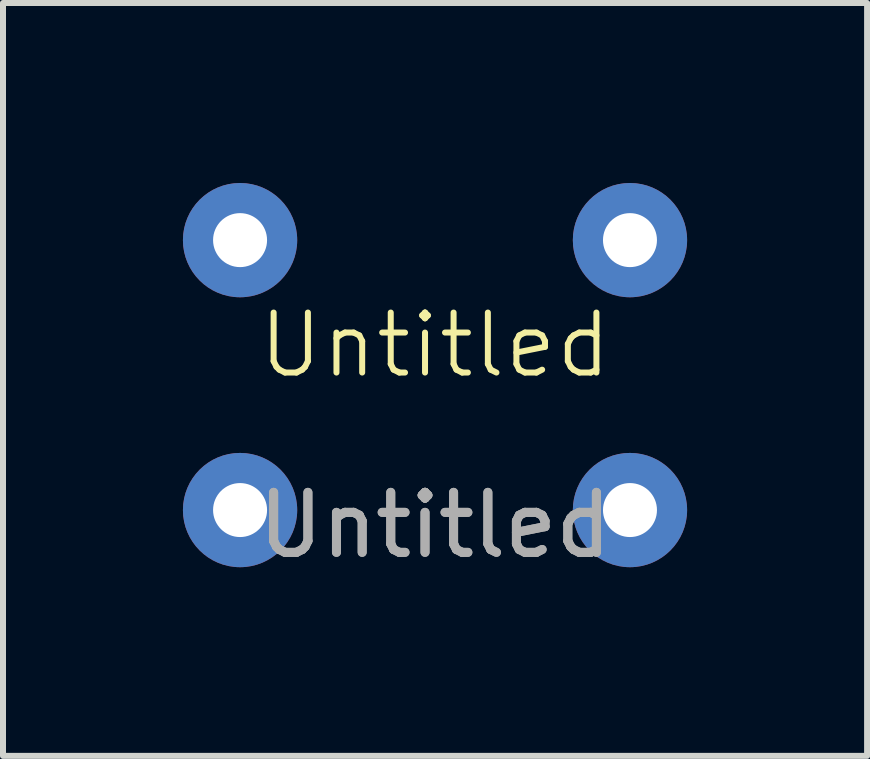
<source format=kicad_pcb>
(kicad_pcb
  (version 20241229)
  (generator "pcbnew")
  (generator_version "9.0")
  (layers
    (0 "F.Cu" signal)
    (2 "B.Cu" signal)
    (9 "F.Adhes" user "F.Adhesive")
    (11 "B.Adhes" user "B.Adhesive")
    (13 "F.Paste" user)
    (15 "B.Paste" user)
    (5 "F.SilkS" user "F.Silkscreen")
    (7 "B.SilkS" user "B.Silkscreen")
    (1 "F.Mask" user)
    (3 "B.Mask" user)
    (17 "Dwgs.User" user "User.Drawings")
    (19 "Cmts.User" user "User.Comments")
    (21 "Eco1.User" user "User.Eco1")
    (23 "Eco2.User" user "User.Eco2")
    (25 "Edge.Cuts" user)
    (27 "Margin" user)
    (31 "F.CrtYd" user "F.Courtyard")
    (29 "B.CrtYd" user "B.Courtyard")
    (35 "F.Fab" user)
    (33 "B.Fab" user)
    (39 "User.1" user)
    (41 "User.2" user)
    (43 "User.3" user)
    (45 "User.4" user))
  (footprint "Untitled"
    (layer "F.Cu")
    (at 4.202 3.203)
    (property "Reference" "Untitled" (at 0 -0.5 0) (unlocked yes) (layer "F.SilkS") (effects (font (size 1 1) (thickness 0.1))))
    (attr smd)
    (fp_text user "${REFERENCE}" (at 0 2.5 0) (unlocked yes) (layer "F.Fab") (effects (font (size 1 1) (thickness 0.15))))
    (fp_text user "${REFERENCE}" (at 0 2.5 0) (unlocked yes) (layer "F.Fab") (effects (font (size 1 1) (thickness 0.15))))
    (pad "1" thru_hole circle (at -3.25 -2.25) (size 1.905 1.905) (drill 0.9) (layers "*.Cu" "*.Mask"))
    (pad "2" thru_hole circle (at -3.25 2.25) (size 1.905 1.905) (drill 0.9) (layers "*.Cu" "*.Mask"))
    (pad "3" thru_hole circle (at 3.25 -2.25) (size 1.905 1.905) (drill 0.9) (layers "*.Cu" "*.Mask"))
    (pad "4" thru_hole circle (at 3.25 2.25) (size 1.905 1.905) (drill 0.9) (layers "*.Cu" "*.Mask")))
  (gr_rect
    (start -3 -3)
    (end 11.405 9.551)
    (stroke (width 0.1) (type default))
    (fill no)
    (layer "Edge.Cuts")))
</source>
